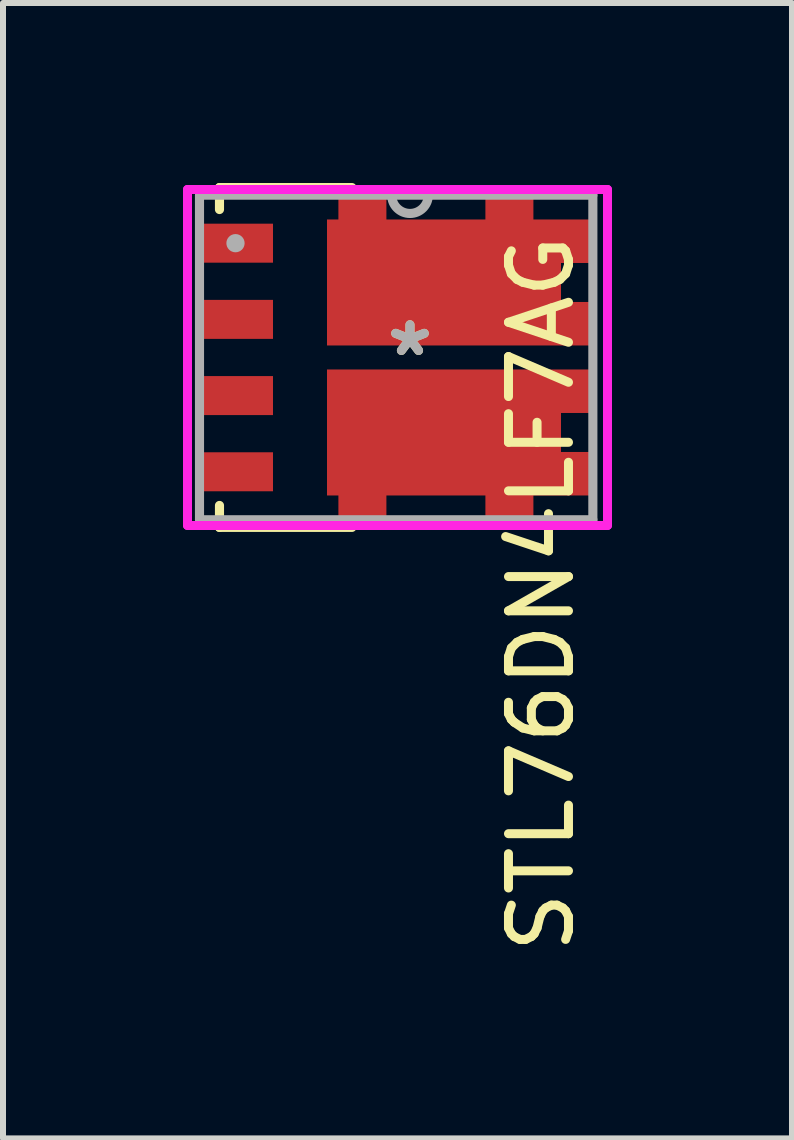
<source format=kicad_pcb>
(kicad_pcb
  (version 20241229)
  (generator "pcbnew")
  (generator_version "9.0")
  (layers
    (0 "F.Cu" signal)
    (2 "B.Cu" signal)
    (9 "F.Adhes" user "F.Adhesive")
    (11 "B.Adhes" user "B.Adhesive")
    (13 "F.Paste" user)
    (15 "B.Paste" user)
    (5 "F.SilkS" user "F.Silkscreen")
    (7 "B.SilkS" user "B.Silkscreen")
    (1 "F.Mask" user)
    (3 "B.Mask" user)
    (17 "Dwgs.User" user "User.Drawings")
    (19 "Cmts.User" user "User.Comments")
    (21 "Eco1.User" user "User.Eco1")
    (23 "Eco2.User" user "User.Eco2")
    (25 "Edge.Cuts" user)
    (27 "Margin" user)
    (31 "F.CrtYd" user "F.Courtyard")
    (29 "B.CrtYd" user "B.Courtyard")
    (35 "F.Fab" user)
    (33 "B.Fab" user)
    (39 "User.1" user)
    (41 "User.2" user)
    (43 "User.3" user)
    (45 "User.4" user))
  (footprint "STL76DN4LF7AG"
    (layer "F.Cu")
    (at 3.875 2.908)
    (property "Reference" "STL76DN4LF7AG" (at 2.095 3.937 90) (layer "F.SilkS") (effects (font (size 1 1) (thickness 0.15))))
    (attr through_hole)
    (fp_line (start -3.267 -2.832) (end -3.267 -2.466) (stroke (width 0.152) (type solid)) (layer "F.SilkS"))
    (fp_line (start -3.267 2.466) (end -3.267 2.832) (stroke (width 0.152) (type solid)) (layer "F.SilkS"))
    (fp_line (start -3.267 2.832) (end -1.06 2.832) (stroke (width 0.152) (type solid)) (layer "F.SilkS"))
    (fp_line (start -1.06 -2.832) (end -3.267 -2.832) (stroke (width 0.152) (type solid)) (layer "F.SilkS"))
    (fp_line (start -3.8 -2.8) (end -3.8 2.8) (stroke (width 0.15) (type solid)) (layer "F.CrtYd"))
    (fp_line (start -3.8 2.8) (end 3.2 2.8) (stroke (width 0.15) (type solid)) (layer "F.CrtYd"))
    (fp_line (start 3.2 -2.8) (end -3.8 -2.8) (stroke (width 0.15) (type solid)) (layer "F.CrtYd"))
    (fp_line (start 3.2 2.8) (end 3.2 -2.8) (stroke (width 0.15) (type solid)) (layer "F.CrtYd"))
    (fp_line (start -3.6 -2.705) (end -3.6 2.705) (stroke (width 0.152) (type solid)) (layer "F.Fab"))
    (fp_line (start -3.6 2.705) (end 2.956 2.705) (stroke (width 0.152) (type solid)) (layer "F.Fab"))
    (fp_line (start 2.956 -2.705) (end -3.6 -2.705) (stroke (width 0.152) (type solid)) (layer "F.Fab"))
    (fp_line (start 2.956 2.705) (end 2.956 -2.705) (stroke (width 0.152) (type solid)) (layer "F.Fab"))
    (fp_arc (start 0.2131 -2.7051) (mid -0.0917 -2.4003) (end -0.3965 -2.7051) (stroke (width 0.1524) (type solid)) (layer "F.Fab"))
    (fp_circle (center -3 -1.905) (end -3 -1.905) (stroke (width 0.152) (type solid)) (fill no) (layer "F.Fab"))
    (fp_text user "*" (at -0.092 0 0) (layer "F.SilkS") (effects (font (size 1 1) (thickness 0.15))))
    (fp_text user "*" (at -0.092 0 0) (layer "F.Fab") (effects (font (size 1 1) (thickness 0.15))))
    (pad "1" smd rect (at -3 -1.905) (size 1.25 0.65) (layers "F.Cu" "F.Mask" "F.Paste"))
    (pad "2" smd rect (at -3 -0.635) (size 1.25 0.65) (layers "F.Cu" "F.Mask" "F.Paste"))
    (pad "3" smd rect (at -3 0.635) (size 1.25 0.65) (layers "F.Cu" "F.Mask" "F.Paste"))
    (pad "4" smd rect (at -3 1.905) (size 1.25 0.65) (layers "F.Cu" "F.Mask" "F.Paste"))
    (pad "5" smd custom (at 0.565 1.25) (size 1 1) (layers "F.Cu" "F.Mask" "F.Paste") (options (anchor rect)) (primitives (gr_poly (pts (xy 2.46 -1.05) (xy 2.46 -0.325) (xy 1.86 -0.325) (xy 1.86 0.325) (xy 2.46 0.325) (xy 2.46 1.05) (xy 1.86 1.05) (xy 1.4 1.05) (xy 1.4 1.45) (xy 0.6 1.45) (xy 0.6 1.05) (xy -1.05 1.05) (xy -1.05 1.45) (xy -1.85 1.45) (xy -1.85 1.05) (xy -2.04 1.05) (xy -2.04 -1.05)) (width 0) (fill yes))))
    (pad "6" smd custom (at 0.565 -1.25) (size 1 1) (layers "F.Cu" "F.Mask" "F.Paste") (options (anchor rect)) (primitives (gr_poly (pts (xy 2.46 1.05) (xy 2.46 0.325) (xy 1.86 0.325) (xy 1.86 -0.325) (xy 2.46 -0.325) (xy 2.46 -1.05) (xy 1.86 -1.05) (xy 1.4 -1.05) (xy 1.4 -1.45) (xy 0.6 -1.45) (xy 0.6 -1.05) (xy -1.05 -1.05) (xy -1.05 -1.45) (xy -1.85 -1.45) (xy -1.85 -1.05) (xy -2.04 -1.05) (xy -2.04 1.05)) (width 0) (fill yes)))))
  (gr_rect
    (start -3 -3)
    (end 10.15 15.923)
    (stroke (width 0.1) (type default))
    (fill no)
    (layer "Edge.Cuts")))
</source>
